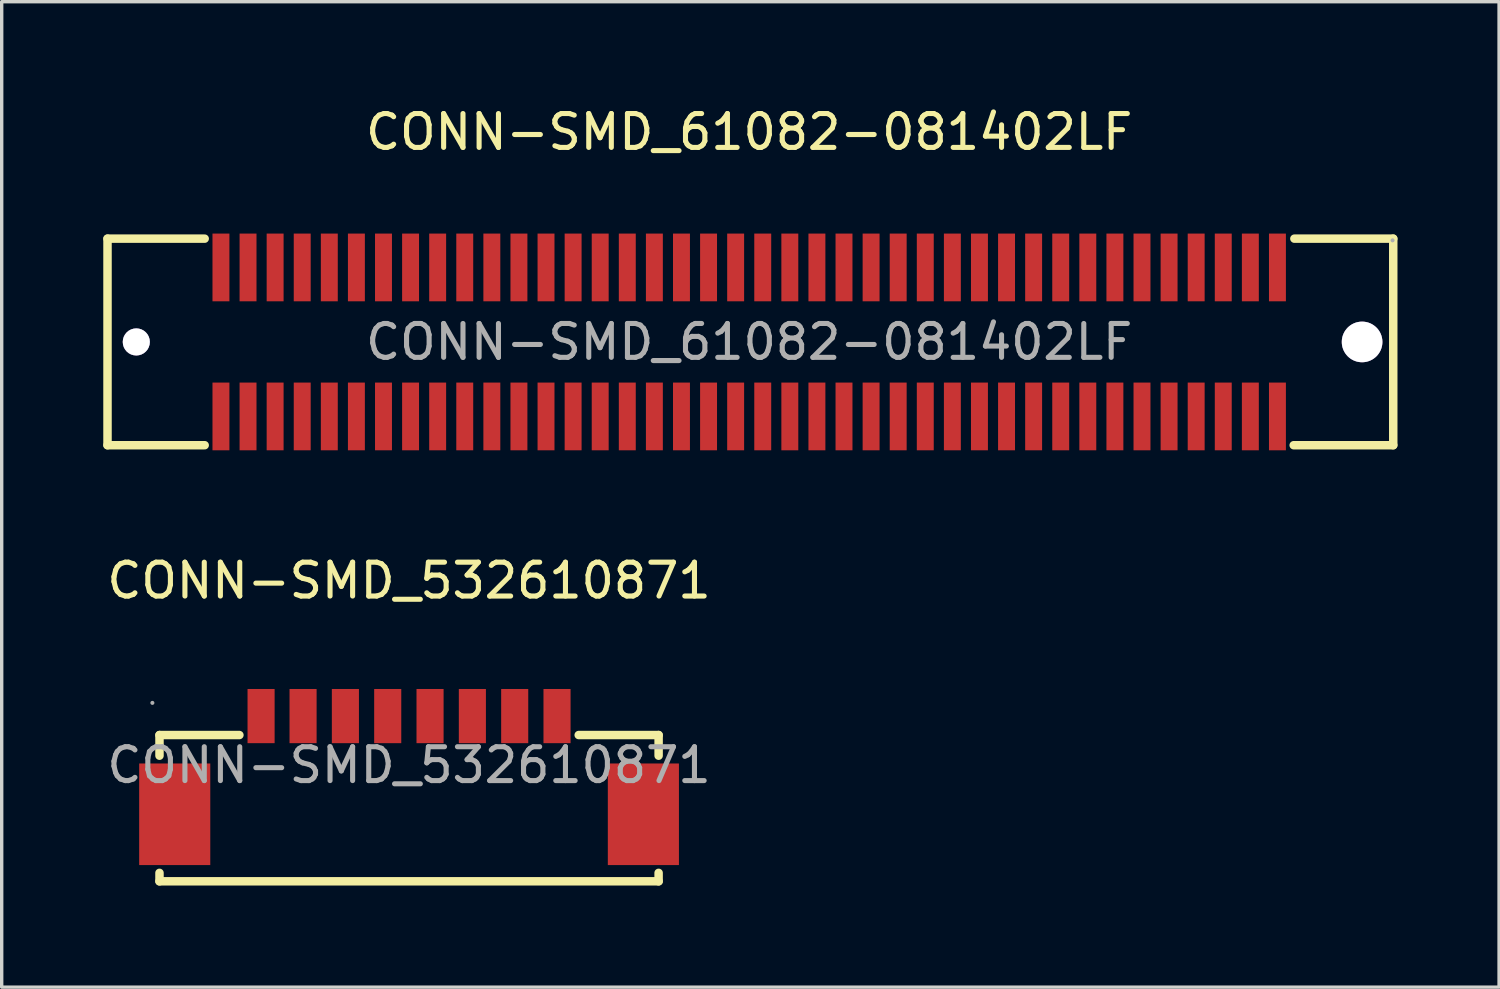
<source format=kicad_pcb>
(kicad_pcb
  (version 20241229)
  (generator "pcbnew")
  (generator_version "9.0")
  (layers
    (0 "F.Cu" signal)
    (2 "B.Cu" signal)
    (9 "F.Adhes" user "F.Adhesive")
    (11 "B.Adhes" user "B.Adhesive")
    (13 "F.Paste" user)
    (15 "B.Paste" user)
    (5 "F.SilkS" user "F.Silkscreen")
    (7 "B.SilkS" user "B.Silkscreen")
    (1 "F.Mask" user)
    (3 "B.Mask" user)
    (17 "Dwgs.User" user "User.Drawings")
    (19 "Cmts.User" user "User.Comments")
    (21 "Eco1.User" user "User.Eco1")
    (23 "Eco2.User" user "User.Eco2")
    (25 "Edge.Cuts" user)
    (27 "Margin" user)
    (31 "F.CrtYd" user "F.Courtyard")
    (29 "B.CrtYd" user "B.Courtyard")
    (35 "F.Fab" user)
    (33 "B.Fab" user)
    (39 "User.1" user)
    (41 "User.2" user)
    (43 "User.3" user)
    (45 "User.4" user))
  (footprint "CONN-SMD_61082-081402LF"
    (layer "F.Cu")
    (at 19.075 7.048)
    (property "Reference" "CONN-SMD_61082-081402LF" (at 0 -6.2 0) (layer "F.SilkS") (effects (font (size 1 1) (thickness 0.15))))
    (attr smd)
    (fp_line (start -18.95 -3.05) (end -18.95 3.05) (stroke (width 0.25) (type solid)) (layer "F.SilkS"))
    (fp_line (start -18.95 3.05) (end -16.08 3.05) (stroke (width 0.25) (type solid)) (layer "F.SilkS"))
    (fp_line (start -16.08 -3.05) (end -18.95 -3.05) (stroke (width 0.25) (type solid)) (layer "F.SilkS"))
    (fp_line (start 16.08 3.05) (end 19.02 3.05) (stroke (width 0.25) (type solid)) (layer "F.SilkS"))
    (fp_line (start 19.02 -3.05) (end 16.1 -3.05) (stroke (width 0.25) (type solid)) (layer "F.SilkS"))
    (fp_line (start 19.02 3.05) (end 19.02 -3.05) (stroke (width 0.25) (type solid)) (layer "F.SilkS"))
    (fp_circle (center -18.1 0) (end -17.95 0) (stroke (width 0.3) (type solid)) (fill no) (layer "Cmts.User"))
    (fp_circle (center 18.1 0) (end 18.35 0) (stroke (width 0.5) (type solid)) (fill no) (layer "Cmts.User"))
    (fp_circle (center 19 -3) (end 19.03 -3) (stroke (width 0.06) (type solid)) (fill no) (layer "F.Fab"))
    (fp_text user "${REFERENCE}" (at 0 0 0) (layer "F.Fab") (effects (font (size 1 1) (thickness 0.15))))
    (pad "" thru_hole circle (at -18.1 0) (size 0.8 0.8) (drill 0.8) (layers "*.Cu" "*.Mask"))
    (pad "" thru_hole circle (at 18.1 0) (size 1.2 1.2) (drill 1.2) (layers "*.Cu" "*.Mask"))
    (pad "1" smd rect (at 15.6 -2.2) (size 0.5 2) (layers "F.Cu" "F.Mask" "F.Paste"))
    (pad "2" smd rect (at 15.6 2.2) (size 0.5 2) (layers "F.Cu" "F.Mask" "F.Paste"))
    (pad "3" smd rect (at 14.8 -2.2) (size 0.5 2) (layers "F.Cu" "F.Mask" "F.Paste"))
    (pad "4" smd rect (at 14.8 2.2) (size 0.5 2) (layers "F.Cu" "F.Mask" "F.Paste"))
    (pad "5" smd rect (at 14 -2.2) (size 0.5 2) (layers "F.Cu" "F.Mask" "F.Paste"))
    (pad "6" smd rect (at 14 2.2) (size 0.5 2) (layers "F.Cu" "F.Mask" "F.Paste"))
    (pad "7" smd rect (at 13.2 -2.2) (size 0.5 2) (layers "F.Cu" "F.Mask" "F.Paste"))
    (pad "8" smd rect (at 13.2 2.2) (size 0.5 2) (layers "F.Cu" "F.Mask" "F.Paste"))
    (pad "9" smd rect (at 12.4 -2.2) (size 0.5 2) (layers "F.Cu" "F.Mask" "F.Paste"))
    (pad "10" smd rect (at 12.4 2.2) (size 0.5 2) (layers "F.Cu" "F.Mask" "F.Paste"))
    (pad "11" smd rect (at 11.6 -2.2) (size 0.5 2) (layers "F.Cu" "F.Mask" "F.Paste"))
    (pad "12" smd rect (at 11.6 2.2) (size 0.5 2) (layers "F.Cu" "F.Mask" "F.Paste"))
    (pad "13" smd rect (at 10.8 -2.2) (size 0.5 2) (layers "F.Cu" "F.Mask" "F.Paste"))
    (pad "14" smd rect (at 10.8 2.2) (size 0.5 2) (layers "F.Cu" "F.Mask" "F.Paste"))
    (pad "15" smd rect (at 10 -2.2) (size 0.5 2) (layers "F.Cu" "F.Mask" "F.Paste"))
    (pad "16" smd rect (at 10 2.2) (size 0.5 2) (layers "F.Cu" "F.Mask" "F.Paste"))
    (pad "17" smd rect (at 9.2 -2.2) (size 0.5 2) (layers "F.Cu" "F.Mask" "F.Paste"))
    (pad "18" smd rect (at 9.2 2.2) (size 0.5 2) (layers "F.Cu" "F.Mask" "F.Paste"))
    (pad "19" smd rect (at 8.4 -2.2) (size 0.5 2) (layers "F.Cu" "F.Mask" "F.Paste"))
    (pad "20" smd rect (at 8.4 2.2) (size 0.5 2) (layers "F.Cu" "F.Mask" "F.Paste"))
    (pad "21" smd rect (at 7.6 -2.2) (size 0.5 2) (layers "F.Cu" "F.Mask" "F.Paste"))
    (pad "22" smd rect (at 7.6 2.2) (size 0.5 2) (layers "F.Cu" "F.Mask" "F.Paste"))
    (pad "23" smd rect (at 6.8 -2.2) (size 0.5 2) (layers "F.Cu" "F.Mask" "F.Paste"))
    (pad "24" smd rect (at 6.8 2.2) (size 0.5 2) (layers "F.Cu" "F.Mask" "F.Paste"))
    (pad "25" smd rect (at 6 -2.2) (size 0.5 2) (layers "F.Cu" "F.Mask" "F.Paste"))
    (pad "26" smd rect (at 6 2.2) (size 0.5 2) (layers "F.Cu" "F.Mask" "F.Paste"))
    (pad "27" smd rect (at 5.2 -2.2) (size 0.5 2) (layers "F.Cu" "F.Mask" "F.Paste"))
    (pad "28" smd rect (at 5.2 2.2) (size 0.5 2) (layers "F.Cu" "F.Mask" "F.Paste"))
    (pad "29" smd rect (at 4.4 -2.2) (size 0.5 2) (layers "F.Cu" "F.Mask" "F.Paste"))
    (pad "30" smd rect (at 4.4 2.2) (size 0.5 2) (layers "F.Cu" "F.Mask" "F.Paste"))
    (pad "31" smd rect (at 3.6 -2.2) (size 0.5 2) (layers "F.Cu" "F.Mask" "F.Paste"))
    (pad "32" smd rect (at 3.6 2.2) (size 0.5 2) (layers "F.Cu" "F.Mask" "F.Paste"))
    (pad "33" smd rect (at 2.8 -2.2) (size 0.5 2) (layers "F.Cu" "F.Mask" "F.Paste"))
    (pad "34" smd rect (at 2.8 2.2) (size 0.5 2) (layers "F.Cu" "F.Mask" "F.Paste"))
    (pad "35" smd rect (at 2 -2.2) (size 0.5 2) (layers "F.Cu" "F.Mask" "F.Paste"))
    (pad "36" smd rect (at 2 2.2) (size 0.5 2) (layers "F.Cu" "F.Mask" "F.Paste"))
    (pad "37" smd rect (at 1.2 -2.2) (size 0.5 2) (layers "F.Cu" "F.Mask" "F.Paste"))
    (pad "38" smd rect (at 1.2 2.2) (size 0.5 2) (layers "F.Cu" "F.Mask" "F.Paste"))
    (pad "39" smd rect (at 0.4 -2.2) (size 0.5 2) (layers "F.Cu" "F.Mask" "F.Paste"))
    (pad "40" smd rect (at 0.4 2.2) (size 0.5 2) (layers "F.Cu" "F.Mask" "F.Paste"))
    (pad "41" smd rect (at -0.4 -2.2) (size 0.5 2) (layers "F.Cu" "F.Mask" "F.Paste"))
    (pad "42" smd rect (at -0.4 2.2) (size 0.5 2) (layers "F.Cu" "F.Mask" "F.Paste"))
    (pad "43" smd rect (at -1.2 -2.2) (size 0.5 2) (layers "F.Cu" "F.Mask" "F.Paste"))
    (pad "44" smd rect (at -1.2 2.2) (size 0.5 2) (layers "F.Cu" "F.Mask" "F.Paste"))
    (pad "45" smd rect (at -2 -2.2) (size 0.5 2) (layers "F.Cu" "F.Mask" "F.Paste"))
    (pad "46" smd rect (at -2 2.2) (size 0.5 2) (layers "F.Cu" "F.Mask" "F.Paste"))
    (pad "47" smd rect (at -2.8 -2.2) (size 0.5 2) (layers "F.Cu" "F.Mask" "F.Paste"))
    (pad "48" smd rect (at -2.8 2.2) (size 0.5 2) (layers "F.Cu" "F.Mask" "F.Paste"))
    (pad "49" smd rect (at -3.6 -2.2) (size 0.5 2) (layers "F.Cu" "F.Mask" "F.Paste"))
    (pad "50" smd rect (at -3.6 2.2) (size 0.5 2) (layers "F.Cu" "F.Mask" "F.Paste"))
    (pad "51" smd rect (at -4.4 -2.2) (size 0.5 2) (layers "F.Cu" "F.Mask" "F.Paste"))
    (pad "52" smd rect (at -4.4 2.2) (size 0.5 2) (layers "F.Cu" "F.Mask" "F.Paste"))
    (pad "53" smd rect (at -5.2 -2.2) (size 0.5 2) (layers "F.Cu" "F.Mask" "F.Paste"))
    (pad "54" smd rect (at -5.2 2.2) (size 0.5 2) (layers "F.Cu" "F.Mask" "F.Paste"))
    (pad "55" smd rect (at -6 -2.2) (size 0.5 2) (layers "F.Cu" "F.Mask" "F.Paste"))
    (pad "56" smd rect (at -6 2.2) (size 0.5 2) (layers "F.Cu" "F.Mask" "F.Paste"))
    (pad "57" smd rect (at -6.8 -2.2) (size 0.5 2) (layers "F.Cu" "F.Mask" "F.Paste"))
    (pad "58" smd rect (at -6.8 2.2) (size 0.5 2) (layers "F.Cu" "F.Mask" "F.Paste"))
    (pad "59" smd rect (at -7.6 -2.2) (size 0.5 2) (layers "F.Cu" "F.Mask" "F.Paste"))
    (pad "60" smd rect (at -7.6 2.2) (size 0.5 2) (layers "F.Cu" "F.Mask" "F.Paste"))
    (pad "61" smd rect (at -8.4 -2.2) (size 0.5 2) (layers "F.Cu" "F.Mask" "F.Paste"))
    (pad "62" smd rect (at -8.4 2.2) (size 0.5 2) (layers "F.Cu" "F.Mask" "F.Paste"))
    (pad "63" smd rect (at -9.2 -2.2) (size 0.5 2) (layers "F.Cu" "F.Mask" "F.Paste"))
    (pad "64" smd rect (at -9.2 2.2) (size 0.5 2) (layers "F.Cu" "F.Mask" "F.Paste"))
    (pad "65" smd rect (at -10 -2.2) (size 0.5 2) (layers "F.Cu" "F.Mask" "F.Paste"))
    (pad "66" smd rect (at -10 2.2) (size 0.5 2) (layers "F.Cu" "F.Mask" "F.Paste"))
    (pad "67" smd rect (at -10.8 -2.2) (size 0.5 2) (layers "F.Cu" "F.Mask" "F.Paste"))
    (pad "68" smd rect (at -10.8 2.2) (size 0.5 2) (layers "F.Cu" "F.Mask" "F.Paste"))
    (pad "69" smd rect (at -11.6 -2.2) (size 0.5 2) (layers "F.Cu" "F.Mask" "F.Paste"))
    (pad "70" smd rect (at -11.6 2.2) (size 0.5 2) (layers "F.Cu" "F.Mask" "F.Paste"))
    (pad "71" smd rect (at -12.4 -2.2) (size 0.5 2) (layers "F.Cu" "F.Mask" "F.Paste"))
    (pad "72" smd rect (at -12.4 2.2) (size 0.5 2) (layers "F.Cu" "F.Mask" "F.Paste"))
    (pad "73" smd rect (at -13.2 -2.2) (size 0.5 2) (layers "F.Cu" "F.Mask" "F.Paste"))
    (pad "74" smd rect (at -13.2 2.2) (size 0.5 2) (layers "F.Cu" "F.Mask" "F.Paste"))
    (pad "75" smd rect (at -14 -2.2) (size 0.5 2) (layers "F.Cu" "F.Mask" "F.Paste"))
    (pad "76" smd rect (at -14 2.2) (size 0.5 2) (layers "F.Cu" "F.Mask" "F.Paste"))
    (pad "77" smd rect (at -14.8 -2.2) (size 0.5 2) (layers "F.Cu" "F.Mask" "F.Paste"))
    (pad "78" smd rect (at -14.8 2.2) (size 0.5 2) (layers "F.Cu" "F.Mask" "F.Paste"))
    (pad "79" smd rect (at -15.6 -2.2) (size 0.5 2) (layers "F.Cu" "F.Mask" "F.Paste"))
    (pad "80" smd rect (at -15.6 2.2) (size 0.5 2) (layers "F.Cu" "F.Mask" "F.Paste")))
  (footprint "CONN-SMD_532610871"
    (layer "F.Cu")
    (at 9.03 19.547)
    (property "Reference" "CONN-SMD_532610871" (at 0 -5.45 0) (layer "F.SilkS") (effects (font (size 1 1) (thickness 0.15))))
    (attr smd)
    (fp_line (start -7.37 -0.89) (end -7.37 -0.28) (stroke (width 0.25) (type solid)) (layer "F.SilkS"))
    (fp_line (start -7.37 3.18) (end -7.37 3.43) (stroke (width 0.25) (type solid)) (layer "F.SilkS"))
    (fp_line (start -7.37 3.43) (end 7.37 3.43) (stroke (width 0.25) (type solid)) (layer "F.SilkS"))
    (fp_line (start -5.01 -0.89) (end -7.37 -0.89) (stroke (width 0.25) (type solid)) (layer "F.SilkS"))
    (fp_line (start 7.37 -0.89) (end 5.01 -0.89) (stroke (width 0.25) (type solid)) (layer "F.SilkS"))
    (fp_line (start 7.37 -0.28) (end 7.37 -0.89) (stroke (width 0.25) (type solid)) (layer "F.SilkS"))
    (fp_line (start 7.37 3.43) (end 7.37 3.18) (stroke (width 0.25) (type solid)) (layer "F.SilkS"))
    (fp_circle (center -7.58 -1.84) (end -7.55 -1.84) (stroke (width 0.06) (type solid)) (fill no) (layer "F.Fab"))
    (fp_text user "${REFERENCE}" (at 0 0 0) (layer "F.Fab") (effects (font (size 1 1) (thickness 0.15))))
    (pad "0" smd rect (at -6.92 1.45) (size 2.1 3) (layers "F.Cu" "F.Mask" "F.Paste"))
    (pad "0" smd rect (at 6.92 1.45) (size 2.1 3) (layers "F.Cu" "F.Mask" "F.Paste"))
    (pad "1" smd rect (at -4.37 -1.45) (size 0.8 1.6) (layers "F.Cu" "F.Mask" "F.Paste"))
    (pad "2" smd rect (at -3.13 -1.45) (size 0.8 1.6) (layers "F.Cu" "F.Mask" "F.Paste"))
    (pad "3" smd rect (at -1.88 -1.45) (size 0.8 1.6) (layers "F.Cu" "F.Mask" "F.Paste"))
    (pad "4" smd rect (at -0.63 -1.45) (size 0.8 1.6) (layers "F.Cu" "F.Mask" "F.Paste"))
    (pad "5" smd rect (at 0.62 -1.45) (size 0.8 1.6) (layers "F.Cu" "F.Mask" "F.Paste"))
    (pad "6" smd rect (at 1.87 -1.45) (size 0.8 1.6) (layers "F.Cu" "F.Mask" "F.Paste"))
    (pad "7" smd rect (at 3.12 -1.45) (size 0.8 1.6) (layers "F.Cu" "F.Mask" "F.Paste"))
    (pad "8" smd rect (at 4.37 -1.45) (size 0.8 1.6) (layers "F.Cu" "F.Mask" "F.Paste")))
  (gr_rect
    (start -3 -3)
    (end 41.22 26.102)
    (stroke (width 0.1) (type default))
    (fill no)
    (layer "Edge.Cuts")))
</source>
